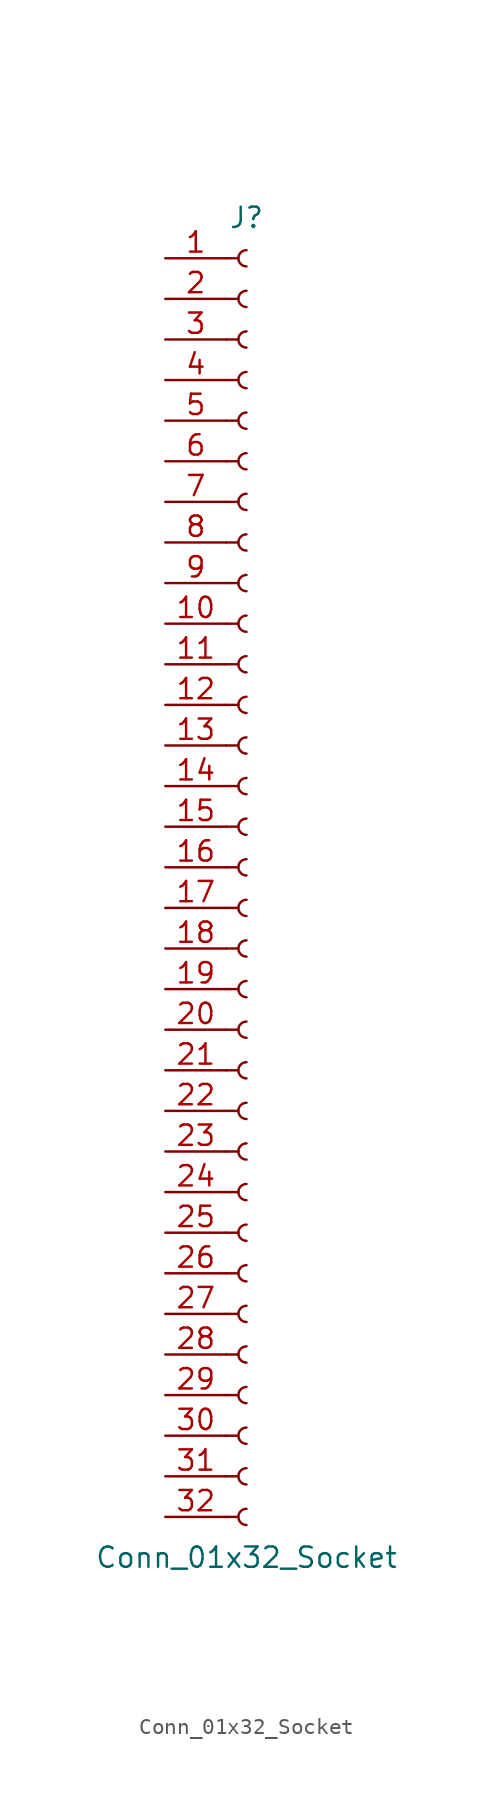
<source format=kicad_sym>
(kicad_symbol_lib
  (version 20220914)
  (generator kicad_symbol_editor)
  (symbol "Conn_01x32_Socket"
    (pin_names
      (offset 1.016) hide)
    (property "Reference" "J"
      (at 0 40.64 0)
      (effects (font (size 1.27 1.27))))
    (property "Value" "Conn_01x32_Socket"
      (at 0 -43.18 0)
      (effects (font (size 1.27 1.27))))
    (property "ki_locked" ""
      (at 0 0 0)
      (effects (font (size 1.27 1.27))))
    (symbol "Conn_01x32_Socket_1_1"
      (arc (start 0 -40.132) (mid -0.5058 -40.64) (end 0 -41.148) (stroke (width 0.1524) (type default)) (fill (type none)))
      (arc (start 0 -37.592) (mid -0.5058 -38.1) (end 0 -38.608) (stroke (width 0.1524) (type default)) (fill (type none)))
      (arc (start 0 -35.052) (mid -0.5058 -35.56) (end 0 -36.068) (stroke (width 0.1524) (type default)) (fill (type none)))
      (arc (start 0 -32.512) (mid -0.5058 -33.02) (end 0 -33.528) (stroke (width 0.1524) (type default)) (fill (type none)))
      (arc (start 0 -29.972) (mid -0.5058 -30.48) (end 0 -30.988) (stroke (width 0.1524) (type default)) (fill (type none)))
      (arc (start 0 -27.432) (mid -0.5058 -27.94) (end 0 -28.448) (stroke (width 0.1524) (type default)) (fill (type none)))
      (arc (start 0 -24.892) (mid -0.5058 -25.4) (end 0 -25.908) (stroke (width 0.1524) (type default)) (fill (type none)))
      (arc (start 0 -22.352) (mid -0.5058 -22.86) (end 0 -23.368) (stroke (width 0.1524) (type default)) (fill (type none)))
      (arc (start 0 -19.812) (mid -0.5058 -20.32) (end 0 -20.828) (stroke (width 0.1524) (type default)) (fill (type none)))
      (arc (start 0 -17.272) (mid -0.5058 -17.78) (end 0 -18.288) (stroke (width 0.1524) (type default)) (fill (type none)))
      (arc (start 0 -14.732) (mid -0.5058 -15.24) (end 0 -15.748) (stroke (width 0.1524) (type default)) (fill (type none)))
      (arc (start 0 -12.192) (mid -0.5058 -12.7) (end 0 -13.208) (stroke (width 0.1524) (type default)) (fill (type none)))
      (arc (start 0 -9.652) (mid -0.5058 -10.16) (end 0 -10.668) (stroke (width 0.1524) (type default)) (fill (type none)))
      (arc (start 0 -7.112) (mid -0.5058 -7.62) (end 0 -8.128) (stroke (width 0.1524) (type default)) (fill (type none)))
      (arc (start 0 -4.572) (mid -0.5058 -5.08) (end 0 -5.588) (stroke (width 0.1524) (type default)) (fill (type none)))
      (arc (start 0 -2.032) (mid -0.5058 -2.54) (end 0 -3.048) (stroke (width 0.1524) (type default)) (fill (type none)))
      (polyline (pts (xy -1.27 -40.64) (xy -0.508 -40.64)) (stroke (width 0.152) (type default)) (fill (type none)))
      (polyline (pts (xy -1.27 -38.1) (xy -0.508 -38.1)) (stroke (width 0.152) (type default)) (fill (type none)))
      (polyline (pts (xy -1.27 -35.56) (xy -0.508 -35.56)) (stroke (width 0.152) (type default)) (fill (type none)))
      (polyline (pts (xy -1.27 -33.02) (xy -0.508 -33.02)) (stroke (width 0.152) (type default)) (fill (type none)))
      (polyline (pts (xy -1.27 -30.48) (xy -0.508 -30.48)) (stroke (width 0.152) (type default)) (fill (type none)))
      (polyline (pts (xy -1.27 -27.94) (xy -0.508 -27.94)) (stroke (width 0.152) (type default)) (fill (type none)))
      (polyline (pts (xy -1.27 -25.4) (xy -0.508 -25.4)) (stroke (width 0.152) (type default)) (fill (type none)))
      (polyline (pts (xy -1.27 -22.86) (xy -0.508 -22.86)) (stroke (width 0.152) (type default)) (fill (type none)))
      (polyline (pts (xy -1.27 -20.32) (xy -0.508 -20.32)) (stroke (width 0.152) (type default)) (fill (type none)))
      (polyline (pts (xy -1.27 -17.78) (xy -0.508 -17.78)) (stroke (width 0.152) (type default)) (fill (type none)))
      (polyline (pts (xy -1.27 -15.24) (xy -0.508 -15.24)) (stroke (width 0.152) (type default)) (fill (type none)))
      (polyline (pts (xy -1.27 -12.7) (xy -0.508 -12.7)) (stroke (width 0.152) (type default)) (fill (type none)))
      (polyline (pts (xy -1.27 -10.16) (xy -0.508 -10.16)) (stroke (width 0.152) (type default)) (fill (type none)))
      (polyline (pts (xy -1.27 -7.62) (xy -0.508 -7.62)) (stroke (width 0.152) (type default)) (fill (type none)))
      (polyline (pts (xy -1.27 -5.08) (xy -0.508 -5.08)) (stroke (width 0.152) (type default)) (fill (type none)))
      (polyline (pts (xy -1.27 -2.54) (xy -0.508 -2.54)) (stroke (width 0.152) (type default)) (fill (type none)))
      (polyline (pts (xy -1.27 0) (xy -0.508 0)) (stroke (width 0.152) (type default)) (fill (type none)))
      (polyline (pts (xy -1.27 2.54) (xy -0.508 2.54)) (stroke (width 0.152) (type default)) (fill (type none)))
      (polyline (pts (xy -1.27 5.08) (xy -0.508 5.08)) (stroke (width 0.152) (type default)) (fill (type none)))
      (polyline (pts (xy -1.27 7.62) (xy -0.508 7.62)) (stroke (width 0.152) (type default)) (fill (type none)))
      (polyline (pts (xy -1.27 10.16) (xy -0.508 10.16)) (stroke (width 0.152) (type default)) (fill (type none)))
      (polyline (pts (xy -1.27 12.7) (xy -0.508 12.7)) (stroke (width 0.152) (type default)) (fill (type none)))
      (polyline (pts (xy -1.27 15.24) (xy -0.508 15.24)) (stroke (width 0.152) (type default)) (fill (type none)))
      (polyline (pts (xy -1.27 17.78) (xy -0.508 17.78)) (stroke (width 0.152) (type default)) (fill (type none)))
      (polyline (pts (xy -1.27 20.32) (xy -0.508 20.32)) (stroke (width 0.152) (type default)) (fill (type none)))
      (polyline (pts (xy -1.27 22.86) (xy -0.508 22.86)) (stroke (width 0.152) (type default)) (fill (type none)))
      (polyline (pts (xy -1.27 25.4) (xy -0.508 25.4)) (stroke (width 0.152) (type default)) (fill (type none)))
      (polyline (pts (xy -1.27 27.94) (xy -0.508 27.94)) (stroke (width 0.152) (type default)) (fill (type none)))
      (polyline (pts (xy -1.27 30.48) (xy -0.508 30.48)) (stroke (width 0.152) (type default)) (fill (type none)))
      (polyline (pts (xy -1.27 33.02) (xy -0.508 33.02)) (stroke (width 0.152) (type default)) (fill (type none)))
      (polyline (pts (xy -1.27 35.56) (xy -0.508 35.56)) (stroke (width 0.152) (type default)) (fill (type none)))
      (polyline (pts (xy -1.27 38.1) (xy -0.508 38.1)) (stroke (width 0.152) (type default)) (fill (type none)))
      (arc (start 0 0.508) (mid -0.5058 0) (end 0 -0.508) (stroke (width 0.1524) (type default)) (fill (type none)))
      (arc (start 0 3.048) (mid -0.5058 2.54) (end 0 2.032) (stroke (width 0.1524) (type default)) (fill (type none)))
      (arc (start 0 5.588) (mid -0.5058 5.08) (end 0 4.572) (stroke (width 0.1524) (type default)) (fill (type none)))
      (arc (start 0 8.128) (mid -0.5058 7.62) (end 0 7.112) (stroke (width 0.1524) (type default)) (fill (type none)))
      (arc (start 0 10.668) (mid -0.5058 10.16) (end 0 9.652) (stroke (width 0.1524) (type default)) (fill (type none)))
      (arc (start 0 13.208) (mid -0.5058 12.7) (end 0 12.192) (stroke (width 0.1524) (type default)) (fill (type none)))
      (arc (start 0 15.748) (mid -0.5058 15.24) (end 0 14.732) (stroke (width 0.1524) (type default)) (fill (type none)))
      (arc (start 0 18.288) (mid -0.5058 17.78) (end 0 17.272) (stroke (width 0.1524) (type default)) (fill (type none)))
      (arc (start 0 20.828) (mid -0.5058 20.32) (end 0 19.812) (stroke (width 0.1524) (type default)) (fill (type none)))
      (arc (start 0 23.368) (mid -0.5058 22.86) (end 0 22.352) (stroke (width 0.1524) (type default)) (fill (type none)))
      (arc (start 0 25.908) (mid -0.5058 25.4) (end 0 24.892) (stroke (width 0.1524) (type default)) (fill (type none)))
      (arc (start 0 28.448) (mid -0.5058 27.94) (end 0 27.432) (stroke (width 0.1524) (type default)) (fill (type none)))
      (arc (start 0 30.988) (mid -0.5058 30.48) (end 0 29.972) (stroke (width 0.1524) (type default)) (fill (type none)))
      (arc (start 0 33.528) (mid -0.5058 33.02) (end 0 32.512) (stroke (width 0.1524) (type default)) (fill (type none)))
      (arc (start 0 36.068) (mid -0.5058 35.56) (end 0 35.052) (stroke (width 0.1524) (type default)) (fill (type none)))
      (arc (start 0 38.608) (mid -0.5058 38.1) (end 0 37.592) (stroke (width 0.1524) (type default)) (fill (type none)))
      (pin passive line (at -5.08 38.1 0) (length 3.81) (name "Pin_1" (effects (font (size 1.27 1.27)))) (number "1" (effects (font (size 1.27 1.27)))))
      (pin passive line (at -5.08 15.24 0) (length 3.81) (name "Pin_10" (effects (font (size 1.27 1.27)))) (number "10" (effects (font (size 1.27 1.27)))))
      (pin passive line (at -5.08 12.7 0) (length 3.81) (name "Pin_11" (effects (font (size 1.27 1.27)))) (number "11" (effects (font (size 1.27 1.27)))))
      (pin passive line (at -5.08 10.16 0) (length 3.81) (name "Pin_12" (effects (font (size 1.27 1.27)))) (number "12" (effects (font (size 1.27 1.27)))))
      (pin passive line (at -5.08 7.62 0) (length 3.81) (name "Pin_13" (effects (font (size 1.27 1.27)))) (number "13" (effects (font (size 1.27 1.27)))))
      (pin passive line (at -5.08 5.08 0) (length 3.81) (name "Pin_14" (effects (font (size 1.27 1.27)))) (number "14" (effects (font (size 1.27 1.27)))))
      (pin passive line (at -5.08 2.54 0) (length 3.81) (name "Pin_15" (effects (font (size 1.27 1.27)))) (number "15" (effects (font (size 1.27 1.27)))))
      (pin passive line (at -5.08 0 0) (length 3.81) (name "Pin_16" (effects (font (size 1.27 1.27)))) (number "16" (effects (font (size 1.27 1.27)))))
      (pin passive line (at -5.08 -2.54 0) (length 3.81) (name "Pin_17" (effects (font (size 1.27 1.27)))) (number "17" (effects (font (size 1.27 1.27)))))
      (pin passive line (at -5.08 -5.08 0) (length 3.81) (name "Pin_18" (effects (font (size 1.27 1.27)))) (number "18" (effects (font (size 1.27 1.27)))))
      (pin passive line (at -5.08 -7.62 0) (length 3.81) (name "Pin_19" (effects (font (size 1.27 1.27)))) (number "19" (effects (font (size 1.27 1.27)))))
      (pin passive line (at -5.08 35.56 0) (length 3.81) (name "Pin_2" (effects (font (size 1.27 1.27)))) (number "2" (effects (font (size 1.27 1.27)))))
      (pin passive line (at -5.08 -10.16 0) (length 3.81) (name "Pin_20" (effects (font (size 1.27 1.27)))) (number "20" (effects (font (size 1.27 1.27)))))
      (pin passive line (at -5.08 -12.7 0) (length 3.81) (name "Pin_21" (effects (font (size 1.27 1.27)))) (number "21" (effects (font (size 1.27 1.27)))))
      (pin passive line (at -5.08 -15.24 0) (length 3.81) (name "Pin_22" (effects (font (size 1.27 1.27)))) (number "22" (effects (font (size 1.27 1.27)))))
      (pin passive line (at -5.08 -17.78 0) (length 3.81) (name "Pin_23" (effects (font (size 1.27 1.27)))) (number "23" (effects (font (size 1.27 1.27)))))
      (pin passive line (at -5.08 -20.32 0) (length 3.81) (name "Pin_24" (effects (font (size 1.27 1.27)))) (number "24" (effects (font (size 1.27 1.27)))))
      (pin passive line (at -5.08 -22.86 0) (length 3.81) (name "Pin_25" (effects (font (size 1.27 1.27)))) (number "25" (effects (font (size 1.27 1.27)))))
      (pin passive line (at -5.08 -25.4 0) (length 3.81) (name "Pin_26" (effects (font (size 1.27 1.27)))) (number "26" (effects (font (size 1.27 1.27)))))
      (pin passive line (at -5.08 -27.94 0) (length 3.81) (name "Pin_27" (effects (font (size 1.27 1.27)))) (number "27" (effects (font (size 1.27 1.27)))))
      (pin passive line (at -5.08 -30.48 0) (length 3.81) (name "Pin_28" (effects (font (size 1.27 1.27)))) (number "28" (effects (font (size 1.27 1.27)))))
      (pin passive line (at -5.08 -33.02 0) (length 3.81) (name "Pin_29" (effects (font (size 1.27 1.27)))) (number "29" (effects (font (size 1.27 1.27)))))
      (pin passive line (at -5.08 33.02 0) (length 3.81) (name "Pin_3" (effects (font (size 1.27 1.27)))) (number "3" (effects (font (size 1.27 1.27)))))
      (pin passive line (at -5.08 -35.56 0) (length 3.81) (name "Pin_30" (effects (font (size 1.27 1.27)))) (number "30" (effects (font (size 1.27 1.27)))))
      (pin passive line (at -5.08 -38.1 0) (length 3.81) (name "Pin_31" (effects (font (size 1.27 1.27)))) (number "31" (effects (font (size 1.27 1.27)))))
      (pin passive line (at -5.08 -40.64 0) (length 3.81) (name "Pin_32" (effects (font (size 1.27 1.27)))) (number "32" (effects (font (size 1.27 1.27)))))
      (pin passive line (at -5.08 30.48 0) (length 3.81) (name "Pin_4" (effects (font (size 1.27 1.27)))) (number "4" (effects (font (size 1.27 1.27)))))
      (pin passive line (at -5.08 27.94 0) (length 3.81) (name "Pin_5" (effects (font (size 1.27 1.27)))) (number "5" (effects (font (size 1.27 1.27)))))
      (pin passive line (at -5.08 25.4 0) (length 3.81) (name "Pin_6" (effects (font (size 1.27 1.27)))) (number "6" (effects (font (size 1.27 1.27)))))
      (pin passive line (at -5.08 22.86 0) (length 3.81) (name "Pin_7" (effects (font (size 1.27 1.27)))) (number "7" (effects (font (size 1.27 1.27)))))
      (pin passive line (at -5.08 20.32 0) (length 3.81) (name "Pin_8" (effects (font (size 1.27 1.27)))) (number "8" (effects (font (size 1.27 1.27)))))
      (pin passive line (at -5.08 17.78 0) (length 3.81) (name "Pin_9" (effects (font (size 1.27 1.27)))) (number "9" (effects (font (size 1.27 1.27))))))))
</source>
